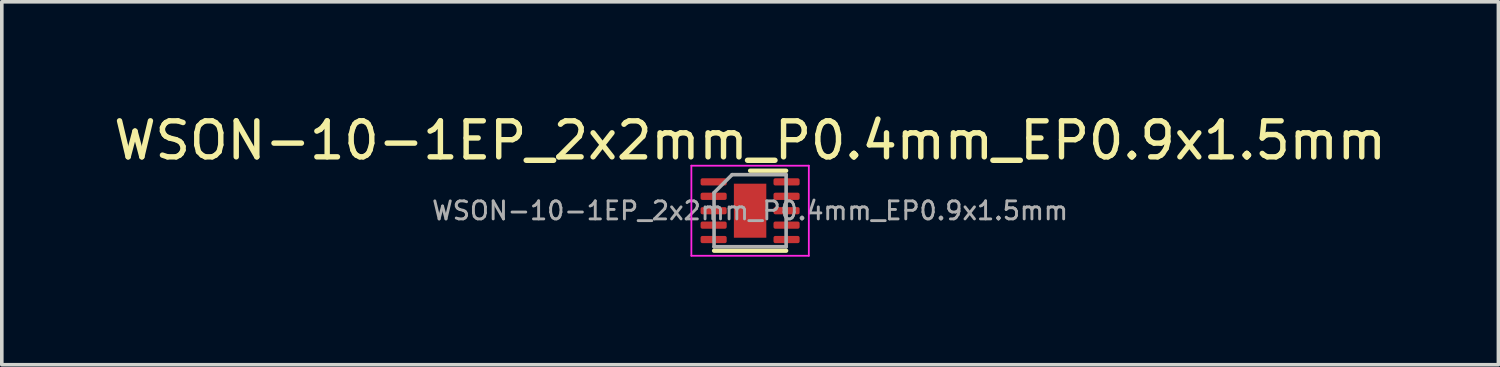
<source format=kicad_pcb>
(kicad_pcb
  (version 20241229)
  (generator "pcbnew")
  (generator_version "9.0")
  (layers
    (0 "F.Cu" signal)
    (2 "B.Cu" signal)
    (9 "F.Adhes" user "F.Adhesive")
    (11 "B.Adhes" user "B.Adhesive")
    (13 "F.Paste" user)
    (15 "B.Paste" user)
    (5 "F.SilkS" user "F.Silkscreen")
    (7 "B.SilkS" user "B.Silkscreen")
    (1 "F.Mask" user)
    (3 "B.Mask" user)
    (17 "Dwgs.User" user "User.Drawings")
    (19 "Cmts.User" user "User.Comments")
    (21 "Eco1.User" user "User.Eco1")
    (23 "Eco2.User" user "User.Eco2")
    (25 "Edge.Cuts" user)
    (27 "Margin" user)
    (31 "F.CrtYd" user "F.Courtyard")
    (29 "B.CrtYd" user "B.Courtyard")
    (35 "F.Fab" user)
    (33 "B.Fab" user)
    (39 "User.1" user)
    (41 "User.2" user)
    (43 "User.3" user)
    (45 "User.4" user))
  (footprint "WSON-10-1EP_2x2mm_P0.4mm_EP0.9x1.5mm"
    (layer "F.Cu")
    (at 17.768 2.798)
    (property "Reference" "WSON-10-1EP_2x2mm_P0.4mm_EP0.9x1.5mm" (at 0 -1.95 0) (layer "F.SilkS") (effects (font (size 1 1) (thickness 0.15))))
    (attr smd)
    (fp_line (start -1 1.11) (end 1 1.11) (stroke (width 0.12) (type solid)) (layer "F.SilkS"))
    (fp_line (start 0 -1.11) (end 1 -1.11) (stroke (width 0.12) (type solid)) (layer "F.SilkS"))
    (fp_line (start -1.63 -1.25) (end -1.63 1.25) (stroke (width 0.05) (type solid)) (layer "F.CrtYd"))
    (fp_line (start -1.63 1.25) (end 1.63 1.25) (stroke (width 0.05) (type solid)) (layer "F.CrtYd"))
    (fp_line (start 1.63 -1.25) (end -1.63 -1.25) (stroke (width 0.05) (type solid)) (layer "F.CrtYd"))
    (fp_line (start 1.63 1.25) (end 1.63 -1.25) (stroke (width 0.05) (type solid)) (layer "F.CrtYd"))
    (fp_line (start -1 -0.5) (end -0.5 -1) (stroke (width 0.1) (type solid)) (layer "F.Fab"))
    (fp_line (start -1 1) (end -1 -0.5) (stroke (width 0.1) (type solid)) (layer "F.Fab"))
    (fp_line (start -0.5 -1) (end 1 -1) (stroke (width 0.1) (type solid)) (layer "F.Fab"))
    (fp_line (start 1 -1) (end 1 1) (stroke (width 0.1) (type solid)) (layer "F.Fab"))
    (fp_line (start 1 1) (end -1 1) (stroke (width 0.1) (type solid)) (layer "F.Fab"))
    (fp_text user "${REFERENCE}" (at 0 0 0) (layer "F.Fab") (effects (font (size 0.5 0.5) (thickness 0.08))))
    (pad "" smd roundrect (at 0 0) (size 0.73 1.21) (layers "F.Paste") (roundrect_rratio 0.25))
    (pad "1" smd roundrect (at -1.012 -0.8) (size 0.725 0.2) (layers "F.Cu" "F.Mask" "F.Paste") (roundrect_rratio 0.25))
    (pad "2" smd roundrect (at -1.012 -0.4) (size 0.725 0.2) (layers "F.Cu" "F.Mask" "F.Paste") (roundrect_rratio 0.25))
    (pad "3" smd roundrect (at -1.012 0) (size 0.725 0.2) (layers "F.Cu" "F.Mask" "F.Paste") (roundrect_rratio 0.25))
    (pad "4" smd roundrect (at -1.012 0.4) (size 0.725 0.2) (layers "F.Cu" "F.Mask" "F.Paste") (roundrect_rratio 0.25))
    (pad "5" smd roundrect (at -1.012 0.8) (size 0.725 0.2) (layers "F.Cu" "F.Mask" "F.Paste") (roundrect_rratio 0.25))
    (pad "6" smd roundrect (at 1.012 0.8) (size 0.725 0.2) (layers "F.Cu" "F.Mask" "F.Paste") (roundrect_rratio 0.25))
    (pad "7" smd roundrect (at 1.012 0.4) (size 0.725 0.2) (layers "F.Cu" "F.Mask" "F.Paste") (roundrect_rratio 0.25))
    (pad "8" smd roundrect (at 1.012 0) (size 0.725 0.2) (layers "F.Cu" "F.Mask" "F.Paste") (roundrect_rratio 0.25))
    (pad "9" smd roundrect (at 1.012 -0.4) (size 0.725 0.2) (layers "F.Cu" "F.Mask" "F.Paste") (roundrect_rratio 0.25))
    (pad "10" smd roundrect (at 1.012 -0.8) (size 0.725 0.2) (layers "F.Cu" "F.Mask" "F.Paste") (roundrect_rratio 0.25))
    (pad "11" smd rect (at 0 0) (size 0.9 1.5) (layers "F.Cu" "F.Mask")))
  (gr_rect
    (start -3 -3)
    (end 38.536 7.073)
    (stroke (width 0.1) (type default))
    (fill no)
    (layer "Edge.Cuts")))
</source>
